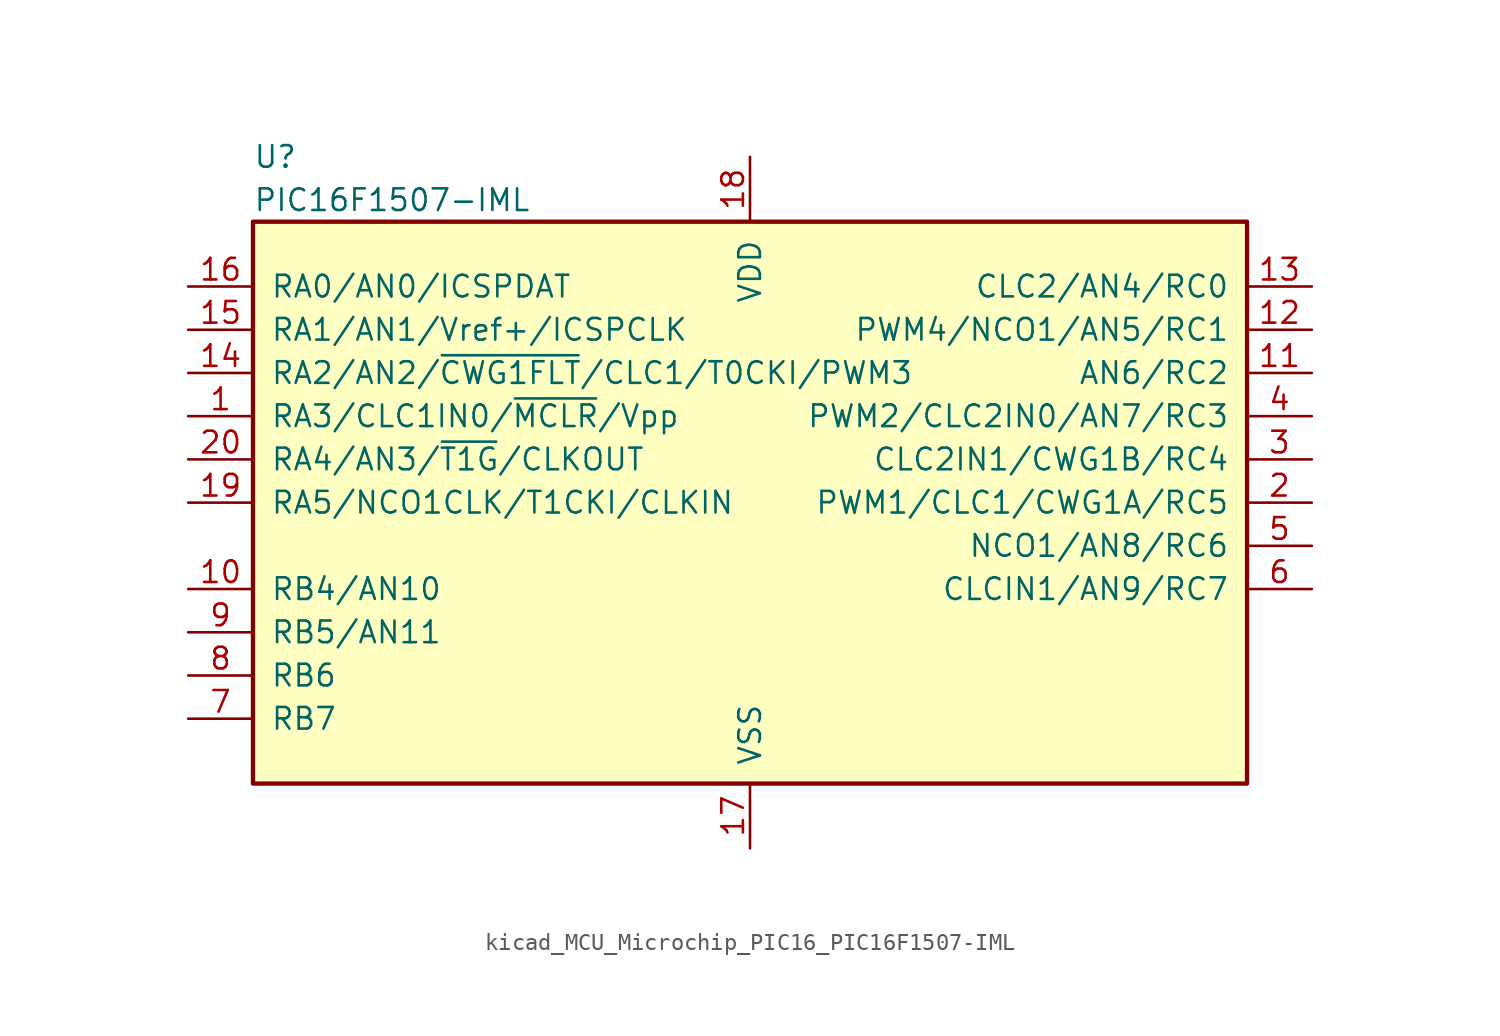
<source format=kicad_sym>
(kicad_symbol_lib
  (version 20220914)
  (generator kicad_symbol_editor)
  (symbol "kicad_MCU_Microchip_PIC16_PIC16F1507-IML"
    (pin_names
      (offset 1.016))
    (property "Reference" "U"
      (at -29.21 20.32 0)
      (effects (font (size 1.27 1.27)) (justify left)))
    (property "Value" "PIC16F1507-IML"
      (at -29.21 17.78 0)
      (effects (font (size 1.27 1.27)) (justify left)))
    (symbol "kicad_MCU_Microchip_PIC16_PIC16F1507-IML_0_1"
      (rectangle (start -29.21 16.51) (end 29.21 -16.51) (stroke (width 0.254) (type default)) (fill (type background))))
    (symbol "kicad_MCU_Microchip_PIC16_PIC16F1507-IML_1_1"
      (pin input line (at -33.02 5.08 0) (length 3.81) (name "RA3/CLC1IN0/~{MCLR}/Vpp" (effects (font (size 1.27 1.27)))) (number "1" (effects (font (size 1.27 1.27)))))
      (pin bidirectional line (at -33.02 -5.08 0) (length 3.81) (name "RB4/AN10" (effects (font (size 1.27 1.27)))) (number "10" (effects (font (size 1.27 1.27)))))
      (pin bidirectional line (at 33.02 7.62 180) (length 3.81) (name "AN6/RC2" (effects (font (size 1.27 1.27)))) (number "11" (effects (font (size 1.27 1.27)))))
      (pin bidirectional line (at 33.02 10.16 180) (length 3.81) (name "PWM4/NCO1/AN5/RC1" (effects (font (size 1.27 1.27)))) (number "12" (effects (font (size 1.27 1.27)))))
      (pin bidirectional line (at 33.02 12.7 180) (length 3.81) (name "CLC2/AN4/RC0" (effects (font (size 1.27 1.27)))) (number "13" (effects (font (size 1.27 1.27)))))
      (pin bidirectional line (at -33.02 7.62 0) (length 3.81) (name "RA2/AN2/~{CWG1FLT}/CLC1/T0CKI/PWM3" (effects (font (size 1.27 1.27)))) (number "14" (effects (font (size 1.27 1.27)))))
      (pin bidirectional line (at -33.02 10.16 0) (length 3.81) (name "RA1/AN1/Vref+/ICSPCLK" (effects (font (size 1.27 1.27)))) (number "15" (effects (font (size 1.27 1.27)))))
      (pin bidirectional line (at -33.02 12.7 0) (length 3.81) (name "RA0/AN0/ICSPDAT" (effects (font (size 1.27 1.27)))) (number "16" (effects (font (size 1.27 1.27)))))
      (pin power_in line (at 0 -20.32 90) (length 3.81) (name "VSS" (effects (font (size 1.27 1.27)))) (number "17" (effects (font (size 1.27 1.27)))))
      (pin power_in line (at 0 20.32 270) (length 3.81) (name "VDD" (effects (font (size 1.27 1.27)))) (number "18" (effects (font (size 1.27 1.27)))))
      (pin bidirectional line (at -33.02 0 0) (length 3.81) (name "RA5/NCO1CLK/T1CKI/CLKIN" (effects (font (size 1.27 1.27)))) (number "19" (effects (font (size 1.27 1.27)))))
      (pin bidirectional line (at 33.02 0 180) (length 3.81) (name "PWM1/CLC1/CWG1A/RC5" (effects (font (size 1.27 1.27)))) (number "2" (effects (font (size 1.27 1.27)))))
      (pin bidirectional line (at -33.02 2.54 0) (length 3.81) (name "RA4/AN3/~{T1G}/CLKOUT" (effects (font (size 1.27 1.27)))) (number "20" (effects (font (size 1.27 1.27)))))
      (pin bidirectional line (at 33.02 2.54 180) (length 3.81) (name "CLC2IN1/CWG1B/RC4" (effects (font (size 1.27 1.27)))) (number "3" (effects (font (size 1.27 1.27)))))
      (pin bidirectional line (at 33.02 5.08 180) (length 3.81) (name "PWM2/CLC2IN0/AN7/RC3" (effects (font (size 1.27 1.27)))) (number "4" (effects (font (size 1.27 1.27)))))
      (pin bidirectional line (at 33.02 -2.54 180) (length 3.81) (name "NCO1/AN8/RC6" (effects (font (size 1.27 1.27)))) (number "5" (effects (font (size 1.27 1.27)))))
      (pin bidirectional line (at 33.02 -5.08 180) (length 3.81) (name "CLCIN1/AN9/RC7" (effects (font (size 1.27 1.27)))) (number "6" (effects (font (size 1.27 1.27)))))
      (pin bidirectional line (at -33.02 -12.7 0) (length 3.81) (name "RB7" (effects (font (size 1.27 1.27)))) (number "7" (effects (font (size 1.27 1.27)))))
      (pin bidirectional line (at -33.02 -10.16 0) (length 3.81) (name "RB6" (effects (font (size 1.27 1.27)))) (number "8" (effects (font (size 1.27 1.27)))))
      (pin bidirectional line (at -33.02 -7.62 0) (length 3.81) (name "RB5/AN11" (effects (font (size 1.27 1.27)))) (number "9" (effects (font (size 1.27 1.27))))))))
</source>
